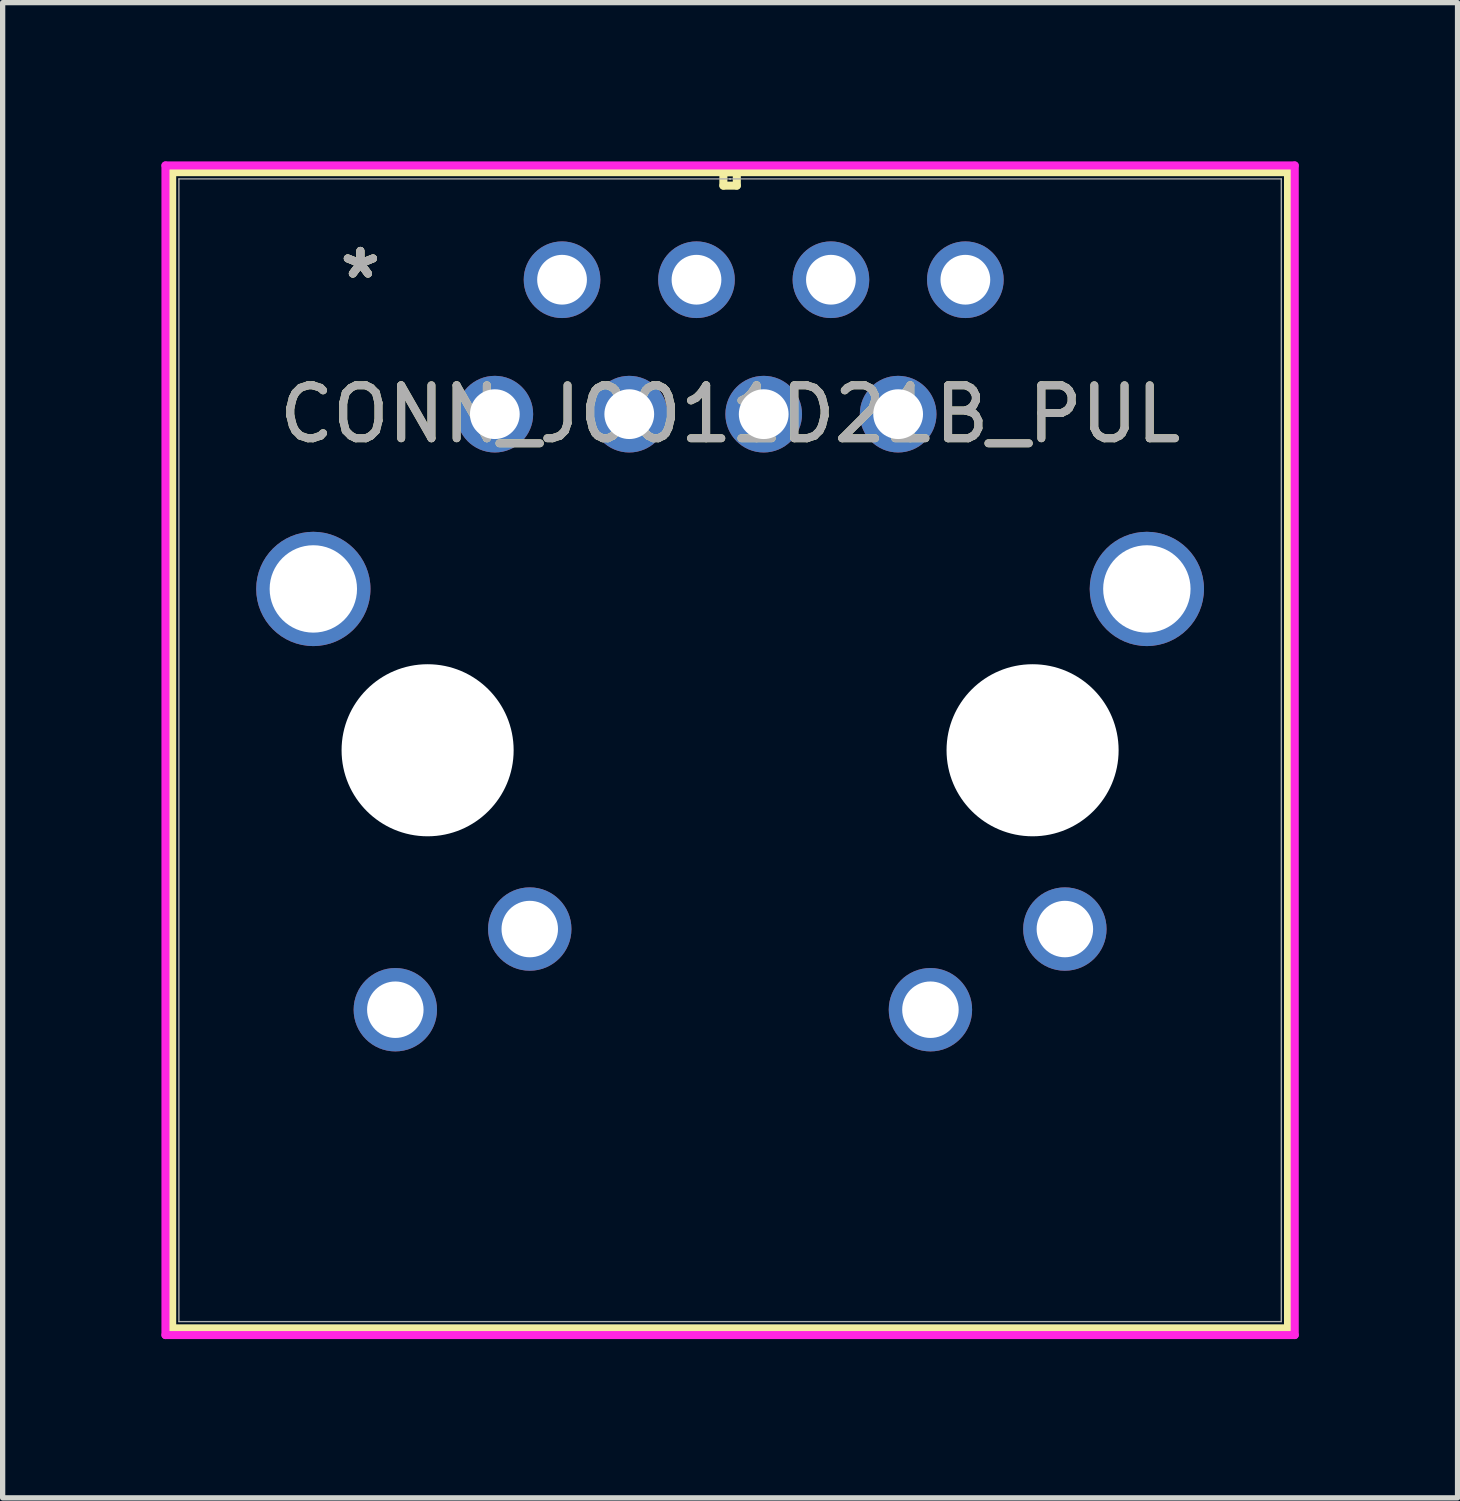
<source format=kicad_pcb>
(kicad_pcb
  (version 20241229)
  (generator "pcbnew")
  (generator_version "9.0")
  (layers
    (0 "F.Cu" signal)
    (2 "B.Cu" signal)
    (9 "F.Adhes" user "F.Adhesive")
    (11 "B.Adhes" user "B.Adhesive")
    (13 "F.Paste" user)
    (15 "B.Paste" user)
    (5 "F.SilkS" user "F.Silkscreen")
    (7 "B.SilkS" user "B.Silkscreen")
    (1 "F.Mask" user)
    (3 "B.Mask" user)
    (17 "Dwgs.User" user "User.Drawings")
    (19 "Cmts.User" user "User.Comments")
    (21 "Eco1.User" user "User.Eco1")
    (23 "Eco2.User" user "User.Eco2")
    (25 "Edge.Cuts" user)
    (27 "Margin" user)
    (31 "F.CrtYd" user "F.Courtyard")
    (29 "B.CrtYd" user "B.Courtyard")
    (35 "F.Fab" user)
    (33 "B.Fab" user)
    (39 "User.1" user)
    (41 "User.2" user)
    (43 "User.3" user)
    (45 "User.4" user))
  (footprint "CONN_J0011D21B_PUL"
    (layer "F.Cu")
    (at 6.299 4.775)
    (property "Reference" "CONN_J0011D21B_PUL" (at 4.445 0 0) (unlocked yes) (layer "F.SilkS") (effects (font (size 1 1) (thickness 0.15))))
    (attr through_hole)
    (fp_line (start -6.096 -4.572) (end -6.096 17.272) (stroke (width 0.152) (type solid)) (layer "F.SilkS"))
    (fp_line (start -6.096 17.272) (end 14.986 17.272) (stroke (width 0.152) (type solid)) (layer "F.SilkS"))
    (fp_line (start 4.318 -4.572) (end 4.318 -4.318) (stroke (width 0.152) (type solid)) (layer "F.SilkS"))
    (fp_line (start 4.318 -4.318) (end 4.572 -4.318) (stroke (width 0.152) (type solid)) (layer "F.SilkS"))
    (fp_line (start 4.572 -4.572) (end 4.318 -4.572) (stroke (width 0.152) (type solid)) (layer "F.SilkS"))
    (fp_line (start 4.572 -4.318) (end 4.572 -4.572) (stroke (width 0.152) (type solid)) (layer "F.SilkS"))
    (fp_line (start 14.986 -4.572) (end -6.096 -4.572) (stroke (width 0.152) (type solid)) (layer "F.SilkS"))
    (fp_line (start 14.986 17.272) (end 14.986 -4.572) (stroke (width 0.152) (type solid)) (layer "F.SilkS"))
    (fp_line (start -6.223 -4.699) (end -6.223 17.399) (stroke (width 0.152) (type solid)) (layer "F.CrtYd"))
    (fp_line (start -6.223 17.399) (end 15.113 17.399) (stroke (width 0.152) (type solid)) (layer "F.CrtYd"))
    (fp_line (start 15.113 -4.699) (end -6.223 -4.699) (stroke (width 0.152) (type solid)) (layer "F.CrtYd"))
    (fp_line (start 15.113 17.399) (end 15.113 -4.699) (stroke (width 0.152) (type solid)) (layer "F.CrtYd"))
    (fp_line (start -5.969 -4.445) (end -5.969 17.145) (stroke (width 0.025) (type solid)) (layer "F.Fab"))
    (fp_line (start -5.969 17.145) (end 14.859 17.145) (stroke (width 0.025) (type solid)) (layer "F.Fab"))
    (fp_line (start 4.445 -4.445) (end 4.445 -4.445) (stroke (width 0.025) (type solid)) (layer "F.Fab"))
    (fp_line (start 4.445 -4.445) (end 4.445 -4.445) (stroke (width 0.025) (type solid)) (layer "F.Fab"))
    (fp_line (start 4.445 -4.445) (end 4.445 -4.445) (stroke (width 0.025) (type solid)) (layer "F.Fab"))
    (fp_line (start 4.445 -4.445) (end 4.445 -4.445) (stroke (width 0.025) (type solid)) (layer "F.Fab"))
    (fp_line (start 14.859 -4.445) (end -5.969 -4.445) (stroke (width 0.025) (type solid)) (layer "F.Fab"))
    (fp_line (start 14.859 17.145) (end 14.859 -4.445) (stroke (width 0.025) (type solid)) (layer "F.Fab"))
    (fp_text user "*" (at -2.54 -2.54 0) (unlocked yes) (layer "F.SilkS") (effects (font (size 1 1) (thickness 0.15))))
    (fp_text user "*" (at -2.54 -2.54 0) (layer "F.SilkS") (effects (font (size 1 1) (thickness 0.15))))
    (fp_text user "*" (at -2.54 -2.54 0) (unlocked yes) (layer "F.Fab") (effects (font (size 1 1) (thickness 0.15))))
    (fp_text user "${REFERENCE}" (at 4.445 0 0) (unlocked yes) (layer "F.Fab") (effects (font (size 1 1) (thickness 0.15))))
    (fp_text user "*" (at -2.54 -2.54 0) (layer "F.Fab") (effects (font (size 1 1) (thickness 0.15))))
    (pad "" np_thru_hole circle (at -1.27 6.35) (size 3.251 3.251) (drill 3.251) (layers "*.Cu" "*.Mask"))
    (pad "" np_thru_hole circle (at 10.16 6.35) (size 3.251 3.251) (drill 3.251) (layers "*.Cu" "*.Mask"))
    (pad "1" thru_hole circle (at 0 0) (size 1.448 1.448) (drill 0.94) (layers "*.Cu" "*.Mask"))
    (pad "2" thru_hole circle (at 1.27 -2.54) (size 1.448 1.448) (drill 0.94) (layers "*.Cu" "*.Mask"))
    (pad "3" thru_hole circle (at 2.54 0) (size 1.448 1.448) (drill 0.94) (layers "*.Cu" "*.Mask"))
    (pad "4" thru_hole circle (at 3.81 -2.54) (size 1.448 1.448) (drill 0.94) (layers "*.Cu" "*.Mask"))
    (pad "5" thru_hole circle (at 5.08 0) (size 1.448 1.448) (drill 0.94) (layers "*.Cu" "*.Mask"))
    (pad "6" thru_hole circle (at 6.35 -2.54) (size 1.448 1.448) (drill 0.94) (layers "*.Cu" "*.Mask"))
    (pad "7" thru_hole circle (at 7.62 0) (size 1.448 1.448) (drill 0.94) (layers "*.Cu" "*.Mask"))
    (pad "8" thru_hole circle (at 8.89 -2.54) (size 1.448 1.448) (drill 0.94) (layers "*.Cu" "*.Mask"))
    (pad "9" thru_hole circle (at -1.88 11.252) (size 1.575 1.575) (drill 1.067) (layers "*.Cu" "*.Mask"))
    (pad "10" thru_hole circle (at 0.66 9.728) (size 1.575 1.575) (drill 1.067) (layers "*.Cu" "*.Mask"))
    (pad "11" thru_hole circle (at 8.23 11.252) (size 1.575 1.575) (drill 1.067) (layers "*.Cu" "*.Mask"))
    (pad "12" thru_hole circle (at 10.77 9.728) (size 1.575 1.575) (drill 1.067) (layers "*.Cu" "*.Mask"))
    (pad "15" thru_hole circle (at -3.429 3.302) (size 2.159 2.159) (drill 1.651) (layers "*.Cu" "*.Mask"))
    (pad "16" thru_hole circle (at 12.319 3.302) (size 2.159 2.159) (drill 1.651) (layers "*.Cu" "*.Mask")))
  (gr_rect
    (start -3 -3)
    (end 24.488 25.25)
    (stroke (width 0.1) (type default))
    (fill no)
    (layer "Edge.Cuts")))
</source>
